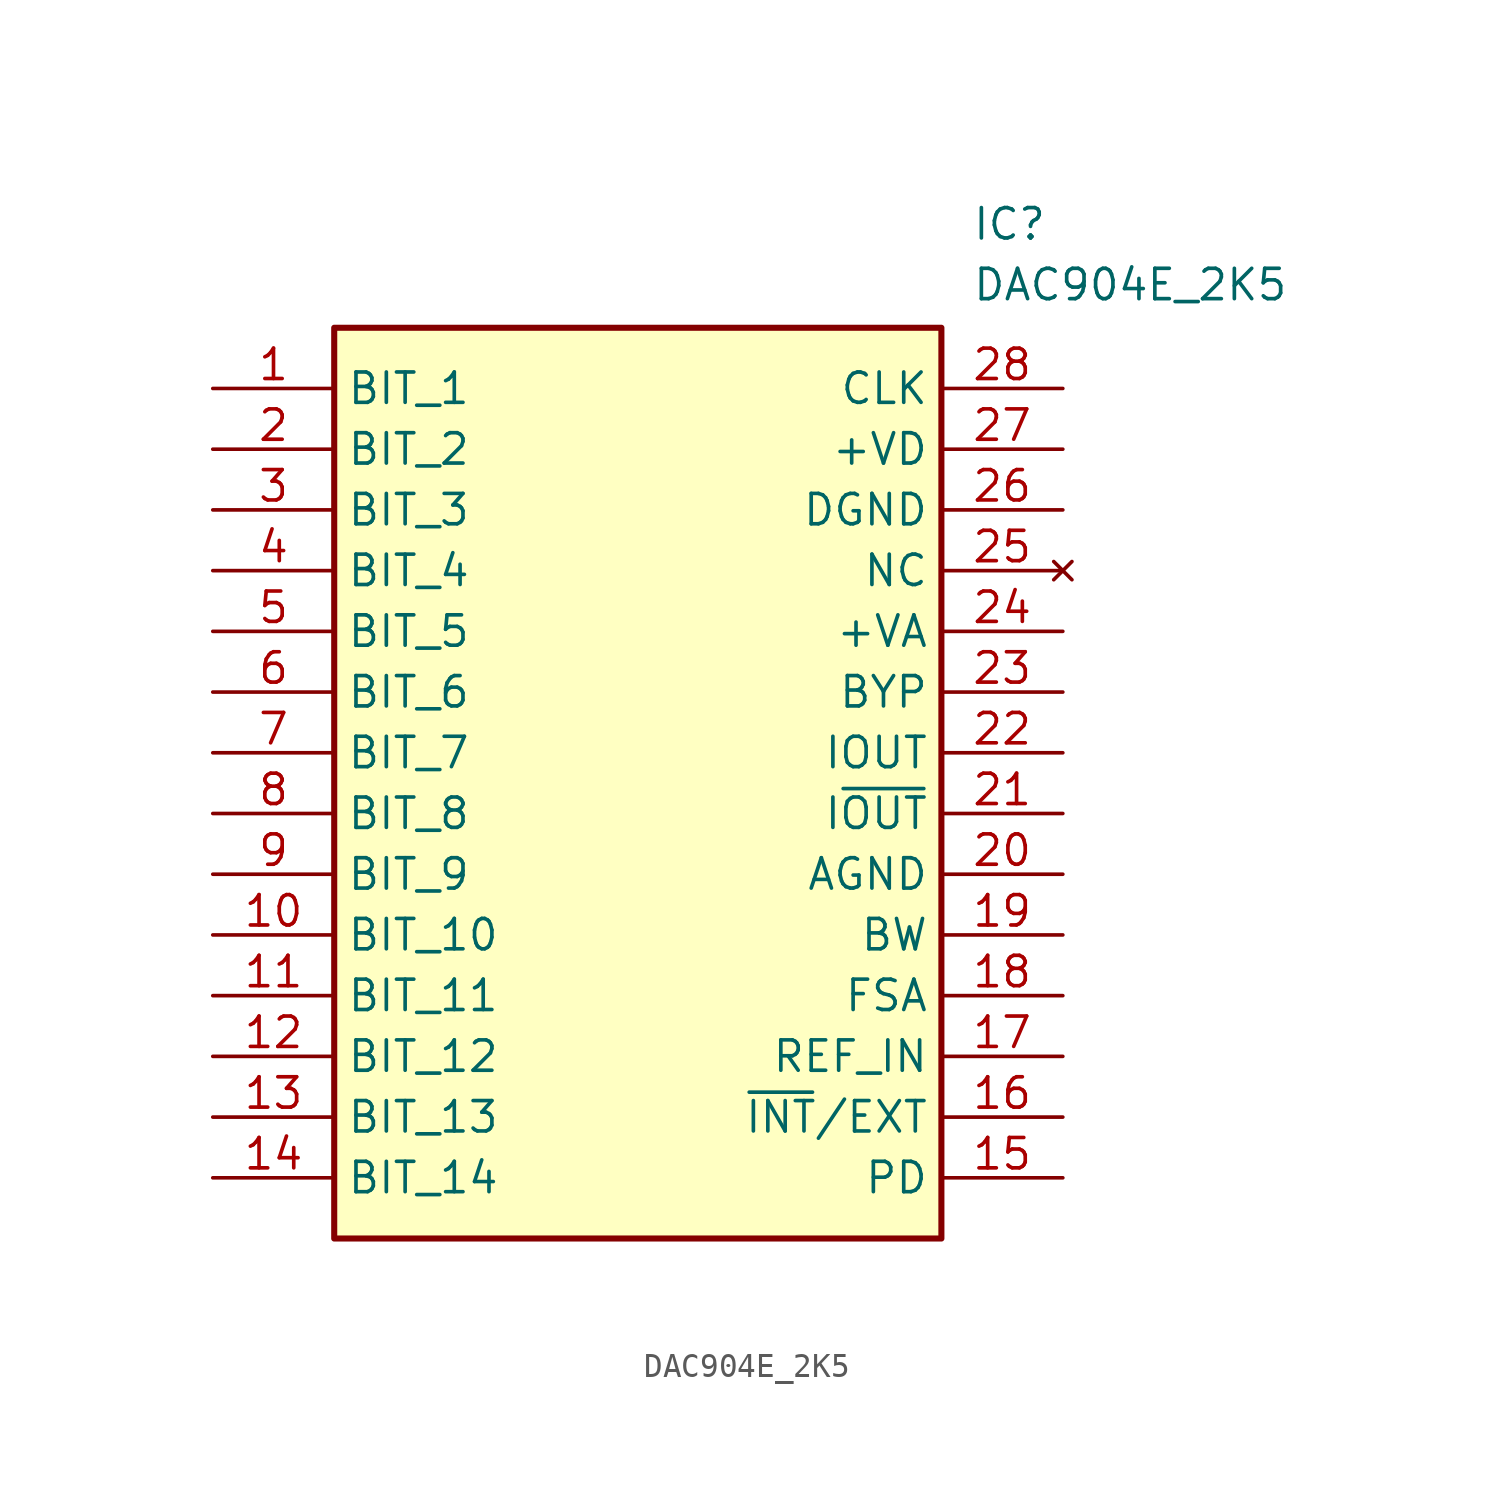
<source format=kicad_sym>
(kicad_symbol_lib
  (version 20211014)
  (generator SamacSys_ECAD_Model)
  (symbol "DAC904E_2K5"
    (property "Reference" "IC"
      (at 31.75 7.62 0)
      (effects (font (size 1.27 1.27)) (justify left top)))
    (property "Value" "DAC904E_2K5"
      (at 31.75 5.08 0)
      (effects (font (size 1.27 1.27)) (justify left top)))
    (rectangle
      (start 5.08 2.54)
      (end 30.48 -35.56)
      (stroke (width 0.254) (type default))
      (fill (type background)))
    (pin passive line
      (at 0 0 0)
      (length 5.08)
      (name "BIT_1" (effects (font (size 1.27 1.27))))
      (number "1" (effects (font (size 1.27 1.27)))))
    (pin passive line
      (at 0 -2.54 0)
      (length 5.08)
      (name "BIT_2" (effects (font (size 1.27 1.27))))
      (number "2" (effects (font (size 1.27 1.27)))))
    (pin passive line
      (at 0 -5.08 0)
      (length 5.08)
      (name "BIT_3" (effects (font (size 1.27 1.27))))
      (number "3" (effects (font (size 1.27 1.27)))))
    (pin passive line
      (at 0 -7.62 0)
      (length 5.08)
      (name "BIT_4" (effects (font (size 1.27 1.27))))
      (number "4" (effects (font (size 1.27 1.27)))))
    (pin passive line
      (at 0 -10.16 0)
      (length 5.08)
      (name "BIT_5" (effects (font (size 1.27 1.27))))
      (number "5" (effects (font (size 1.27 1.27)))))
    (pin passive line
      (at 0 -12.7 0)
      (length 5.08)
      (name "BIT_6" (effects (font (size 1.27 1.27))))
      (number "6" (effects (font (size 1.27 1.27)))))
    (pin passive line
      (at 0 -15.24 0)
      (length 5.08)
      (name "BIT_7" (effects (font (size 1.27 1.27))))
      (number "7" (effects (font (size 1.27 1.27)))))
    (pin passive line
      (at 0 -17.78 0)
      (length 5.08)
      (name "BIT_8" (effects (font (size 1.27 1.27))))
      (number "8" (effects (font (size 1.27 1.27)))))
    (pin passive line
      (at 0 -20.32 0)
      (length 5.08)
      (name "BIT_9" (effects (font (size 1.27 1.27))))
      (number "9" (effects (font (size 1.27 1.27)))))
    (pin passive line
      (at 0 -22.86 0)
      (length 5.08)
      (name "BIT_10" (effects (font (size 1.27 1.27))))
      (number "10" (effects (font (size 1.27 1.27)))))
    (pin passive line
      (at 0 -25.4 0)
      (length 5.08)
      (name "BIT_11" (effects (font (size 1.27 1.27))))
      (number "11" (effects (font (size 1.27 1.27)))))
    (pin passive line
      (at 0 -27.94 0)
      (length 5.08)
      (name "BIT_12" (effects (font (size 1.27 1.27))))
      (number "12" (effects (font (size 1.27 1.27)))))
    (pin passive line
      (at 0 -30.48 0)
      (length 5.08)
      (name "BIT_13" (effects (font (size 1.27 1.27))))
      (number "13" (effects (font (size 1.27 1.27)))))
    (pin passive line
      (at 0 -33.02 0)
      (length 5.08)
      (name "BIT_14" (effects (font (size 1.27 1.27))))
      (number "14" (effects (font (size 1.27 1.27)))))
    (pin passive line
      (at 35.56 0 180)
      (length 5.08)
      (name "CLK" (effects (font (size 1.27 1.27))))
      (number "28" (effects (font (size 1.27 1.27)))))
    (pin passive line
      (at 35.56 -2.54 180)
      (length 5.08)
      (name "+VD" (effects (font (size 1.27 1.27))))
      (number "27" (effects (font (size 1.27 1.27)))))
    (pin passive line
      (at 35.56 -5.08 180)
      (length 5.08)
      (name "DGND" (effects (font (size 1.27 1.27))))
      (number "26" (effects (font (size 1.27 1.27)))))
    (pin no_connect line
      (at 35.56 -7.62 180)
      (length 5.08)
      (name "NC" (effects (font (size 1.27 1.27))))
      (number "25" (effects (font (size 1.27 1.27)))))
    (pin passive line
      (at 35.56 -10.16 180)
      (length 5.08)
      (name "+VA" (effects (font (size 1.27 1.27))))
      (number "24" (effects (font (size 1.27 1.27)))))
    (pin passive line
      (at 35.56 -12.7 180)
      (length 5.08)
      (name "BYP" (effects (font (size 1.27 1.27))))
      (number "23" (effects (font (size 1.27 1.27)))))
    (pin passive line
      (at 35.56 -15.24 180)
      (length 5.08)
      (name "IOUT" (effects (font (size 1.27 1.27))))
      (number "22" (effects (font (size 1.27 1.27)))))
    (pin passive line
      (at 35.56 -17.78 180)
      (length 5.08)
      (name "I~{OUT}" (effects (font (size 1.27 1.27))))
      (number "21" (effects (font (size 1.27 1.27)))))
    (pin passive line
      (at 35.56 -20.32 180)
      (length 5.08)
      (name "AGND" (effects (font (size 1.27 1.27))))
      (number "20" (effects (font (size 1.27 1.27)))))
    (pin passive line
      (at 35.56 -22.86 180)
      (length 5.08)
      (name "BW" (effects (font (size 1.27 1.27))))
      (number "19" (effects (font (size 1.27 1.27)))))
    (pin passive line
      (at 35.56 -25.4 180)
      (length 5.08)
      (name "FSA" (effects (font (size 1.27 1.27))))
      (number "18" (effects (font (size 1.27 1.27)))))
    (pin passive line
      (at 35.56 -27.94 180)
      (length 5.08)
      (name "REF_IN" (effects (font (size 1.27 1.27))))
      (number "17" (effects (font (size 1.27 1.27)))))
    (pin passive line
      (at 35.56 -30.48 180)
      (length 5.08)
      (name "~{INT}/EXT" (effects (font (size 1.27 1.27))))
      (number "16" (effects (font (size 1.27 1.27)))))
    (pin passive line
      (at 35.56 -33.02 180)
      (length 5.08)
      (name "PD" (effects (font (size 1.27 1.27))))
      (number "15" (effects (font (size 1.27 1.27)))))))
</source>
